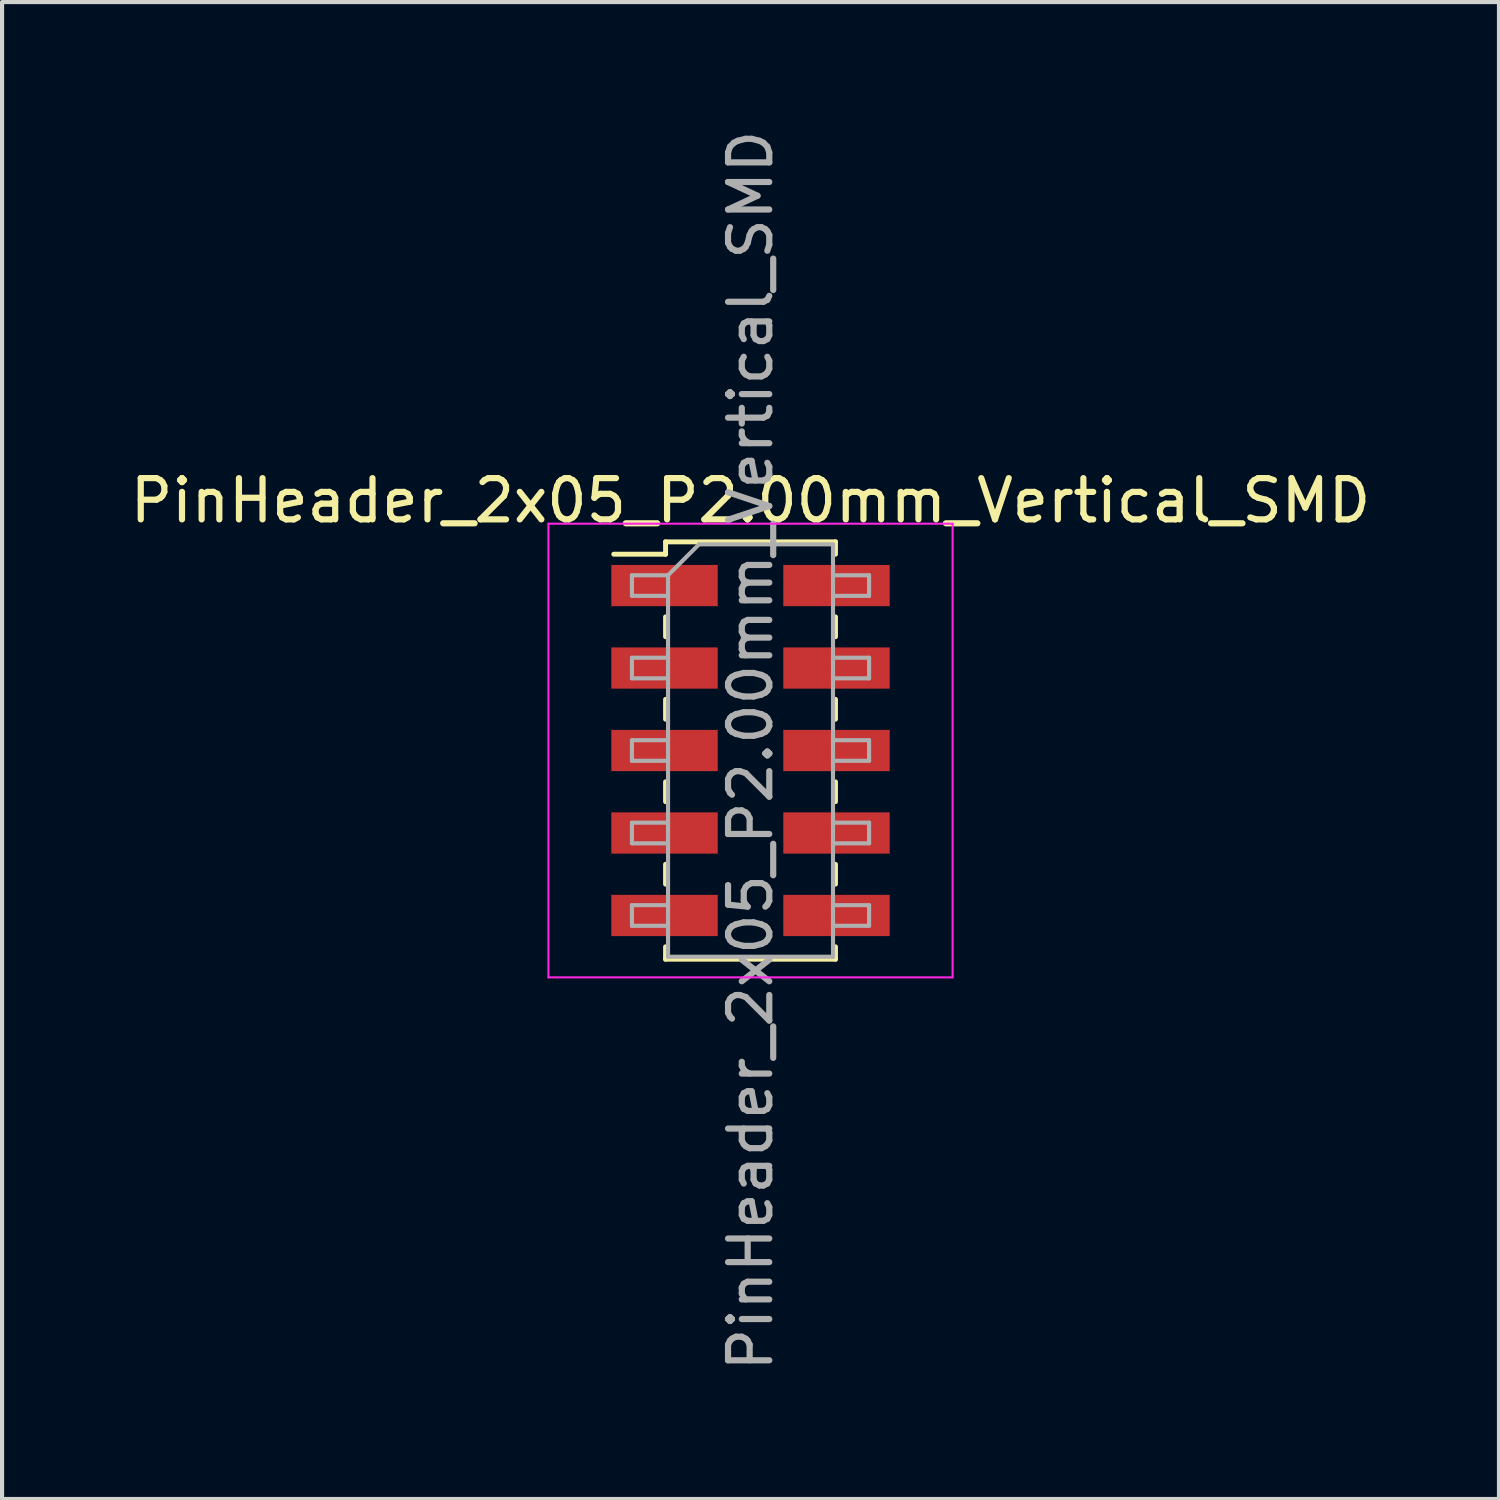
<source format=kicad_pcb>
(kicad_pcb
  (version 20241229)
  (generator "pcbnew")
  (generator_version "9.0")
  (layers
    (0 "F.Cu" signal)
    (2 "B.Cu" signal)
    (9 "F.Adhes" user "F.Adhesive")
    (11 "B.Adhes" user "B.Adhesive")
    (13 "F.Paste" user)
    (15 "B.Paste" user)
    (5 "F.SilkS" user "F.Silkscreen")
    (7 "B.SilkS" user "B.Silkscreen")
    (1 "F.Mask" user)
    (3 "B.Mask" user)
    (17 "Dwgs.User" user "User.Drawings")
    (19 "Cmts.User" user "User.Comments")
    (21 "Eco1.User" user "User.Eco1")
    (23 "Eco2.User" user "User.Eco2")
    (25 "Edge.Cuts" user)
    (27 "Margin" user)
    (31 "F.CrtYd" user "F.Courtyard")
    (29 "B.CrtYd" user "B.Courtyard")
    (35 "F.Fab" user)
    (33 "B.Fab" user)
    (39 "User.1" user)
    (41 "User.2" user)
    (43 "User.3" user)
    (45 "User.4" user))
  (footprint "PinHeader_2x05_P2.00mm_Vertical_SMD"
    (layer "F.Cu")
    (at 15.149 15.149)
    (property "Reference" "PinHeader_2x05_P2.00mm_Vertical_SMD" (at 0 -6.06 0) (layer "F.SilkS") (effects (font (size 1 1) (thickness 0.15))))
    (attr smd)
    (fp_line (start -3.315 -4.76) (end -2.06 -4.76) (stroke (width 0.12) (type solid)) (layer "F.SilkS"))
    (fp_line (start -2.06 -5.06) (end -2.06 -4.76) (stroke (width 0.12) (type solid)) (layer "F.SilkS"))
    (fp_line (start -2.06 -5.06) (end 2.06 -5.06) (stroke (width 0.12) (type solid)) (layer "F.SilkS"))
    (fp_line (start -2.06 -3.24) (end -2.06 -2.76) (stroke (width 0.12) (type solid)) (layer "F.SilkS"))
    (fp_line (start -2.06 -1.24) (end -2.06 -0.76) (stroke (width 0.12) (type solid)) (layer "F.SilkS"))
    (fp_line (start -2.06 0.76) (end -2.06 1.24) (stroke (width 0.12) (type solid)) (layer "F.SilkS"))
    (fp_line (start -2.06 2.76) (end -2.06 3.24) (stroke (width 0.12) (type solid)) (layer "F.SilkS"))
    (fp_line (start -2.06 4.76) (end -2.06 5.06) (stroke (width 0.12) (type solid)) (layer "F.SilkS"))
    (fp_line (start -2.06 5.06) (end 2.06 5.06) (stroke (width 0.12) (type solid)) (layer "F.SilkS"))
    (fp_line (start 2.06 -5.06) (end 2.06 -4.76) (stroke (width 0.12) (type solid)) (layer "F.SilkS"))
    (fp_line (start 2.06 -3.24) (end 2.06 -2.76) (stroke (width 0.12) (type solid)) (layer "F.SilkS"))
    (fp_line (start 2.06 -1.24) (end 2.06 -0.76) (stroke (width 0.12) (type solid)) (layer "F.SilkS"))
    (fp_line (start 2.06 0.76) (end 2.06 1.24) (stroke (width 0.12) (type solid)) (layer "F.SilkS"))
    (fp_line (start 2.06 2.76) (end 2.06 3.24) (stroke (width 0.12) (type solid)) (layer "F.SilkS"))
    (fp_line (start 2.06 4.76) (end 2.06 5.06) (stroke (width 0.12) (type solid)) (layer "F.SilkS"))
    (fp_line (start -4.9 -5.5) (end -4.9 5.5) (stroke (width 0.05) (type solid)) (layer "F.CrtYd"))
    (fp_line (start -4.9 5.5) (end 4.9 5.5) (stroke (width 0.05) (type solid)) (layer "F.CrtYd"))
    (fp_line (start 4.9 -5.5) (end -4.9 -5.5) (stroke (width 0.05) (type solid)) (layer "F.CrtYd"))
    (fp_line (start 4.9 5.5) (end 4.9 -5.5) (stroke (width 0.05) (type solid)) (layer "F.CrtYd"))
    (fp_line (start -2.875 -4.25) (end -2.875 -3.75) (stroke (width 0.1) (type solid)) (layer "F.Fab"))
    (fp_line (start -2.875 -3.75) (end -2 -3.75) (stroke (width 0.1) (type solid)) (layer "F.Fab"))
    (fp_line (start -2.875 -2.25) (end -2.875 -1.75) (stroke (width 0.1) (type solid)) (layer "F.Fab"))
    (fp_line (start -2.875 -1.75) (end -2 -1.75) (stroke (width 0.1) (type solid)) (layer "F.Fab"))
    (fp_line (start -2.875 -0.25) (end -2.875 0.25) (stroke (width 0.1) (type solid)) (layer "F.Fab"))
    (fp_line (start -2.875 0.25) (end -2 0.25) (stroke (width 0.1) (type solid)) (layer "F.Fab"))
    (fp_line (start -2.875 1.75) (end -2.875 2.25) (stroke (width 0.1) (type solid)) (layer "F.Fab"))
    (fp_line (start -2.875 2.25) (end -2 2.25) (stroke (width 0.1) (type solid)) (layer "F.Fab"))
    (fp_line (start -2.875 3.75) (end -2.875 4.25) (stroke (width 0.1) (type solid)) (layer "F.Fab"))
    (fp_line (start -2.875 4.25) (end -2 4.25) (stroke (width 0.1) (type solid)) (layer "F.Fab"))
    (fp_line (start -2 -4.25) (end -2.875 -4.25) (stroke (width 0.1) (type solid)) (layer "F.Fab"))
    (fp_line (start -2 -4.25) (end -1.25 -5) (stroke (width 0.1) (type solid)) (layer "F.Fab"))
    (fp_line (start -2 -2.25) (end -2.875 -2.25) (stroke (width 0.1) (type solid)) (layer "F.Fab"))
    (fp_line (start -2 -0.25) (end -2.875 -0.25) (stroke (width 0.1) (type solid)) (layer "F.Fab"))
    (fp_line (start -2 1.75) (end -2.875 1.75) (stroke (width 0.1) (type solid)) (layer "F.Fab"))
    (fp_line (start -2 3.75) (end -2.875 3.75) (stroke (width 0.1) (type solid)) (layer "F.Fab"))
    (fp_line (start -2 5) (end -2 -4.25) (stroke (width 0.1) (type solid)) (layer "F.Fab"))
    (fp_line (start -1.25 -5) (end 2 -5) (stroke (width 0.1) (type solid)) (layer "F.Fab"))
    (fp_line (start 2 -5) (end 2 5) (stroke (width 0.1) (type solid)) (layer "F.Fab"))
    (fp_line (start 2 -4.25) (end 2.875 -4.25) (stroke (width 0.1) (type solid)) (layer "F.Fab"))
    (fp_line (start 2 -2.25) (end 2.875 -2.25) (stroke (width 0.1) (type solid)) (layer "F.Fab"))
    (fp_line (start 2 -0.25) (end 2.875 -0.25) (stroke (width 0.1) (type solid)) (layer "F.Fab"))
    (fp_line (start 2 1.75) (end 2.875 1.75) (stroke (width 0.1) (type solid)) (layer "F.Fab"))
    (fp_line (start 2 3.75) (end 2.875 3.75) (stroke (width 0.1) (type solid)) (layer "F.Fab"))
    (fp_line (start 2 5) (end -2 5) (stroke (width 0.1) (type solid)) (layer "F.Fab"))
    (fp_line (start 2.875 -4.25) (end 2.875 -3.75) (stroke (width 0.1) (type solid)) (layer "F.Fab"))
    (fp_line (start 2.875 -3.75) (end 2 -3.75) (stroke (width 0.1) (type solid)) (layer "F.Fab"))
    (fp_line (start 2.875 -2.25) (end 2.875 -1.75) (stroke (width 0.1) (type solid)) (layer "F.Fab"))
    (fp_line (start 2.875 -1.75) (end 2 -1.75) (stroke (width 0.1) (type solid)) (layer "F.Fab"))
    (fp_line (start 2.875 -0.25) (end 2.875 0.25) (stroke (width 0.1) (type solid)) (layer "F.Fab"))
    (fp_line (start 2.875 0.25) (end 2 0.25) (stroke (width 0.1) (type solid)) (layer "F.Fab"))
    (fp_line (start 2.875 1.75) (end 2.875 2.25) (stroke (width 0.1) (type solid)) (layer "F.Fab"))
    (fp_line (start 2.875 2.25) (end 2 2.25) (stroke (width 0.1) (type solid)) (layer "F.Fab"))
    (fp_line (start 2.875 3.75) (end 2.875 4.25) (stroke (width 0.1) (type solid)) (layer "F.Fab"))
    (fp_line (start 2.875 4.25) (end 2 4.25) (stroke (width 0.1) (type solid)) (layer "F.Fab"))
    (fp_text user "${REFERENCE}" (at 0 0 90) (layer "F.Fab") (effects (font (size 1 1) (thickness 0.15))))
    (pad "1" smd rect (at -2.085 -4) (size 2.58 1) (layers "F.Cu" "F.Mask" "F.Paste"))
    (pad "2" smd rect (at 2.085 -4) (size 2.58 1) (layers "F.Cu" "F.Mask" "F.Paste"))
    (pad "3" smd rect (at -2.085 -2) (size 2.58 1) (layers "F.Cu" "F.Mask" "F.Paste"))
    (pad "4" smd rect (at 2.085 -2) (size 2.58 1) (layers "F.Cu" "F.Mask" "F.Paste"))
    (pad "5" smd rect (at -2.085 0) (size 2.58 1) (layers "F.Cu" "F.Mask" "F.Paste"))
    (pad "6" smd rect (at 2.085 0) (size 2.58 1) (layers "F.Cu" "F.Mask" "F.Paste"))
    (pad "7" smd rect (at -2.085 2) (size 2.58 1) (layers "F.Cu" "F.Mask" "F.Paste"))
    (pad "8" smd rect (at 2.085 2) (size 2.58 1) (layers "F.Cu" "F.Mask" "F.Paste"))
    (pad "9" smd rect (at -2.085 4) (size 2.58 1) (layers "F.Cu" "F.Mask" "F.Paste"))
    (pad "10" smd rect (at 2.085 4) (size 2.58 1) (layers "F.Cu" "F.Mask" "F.Paste")))
  (gr_rect
    (start -3 -3)
    (end 33.298 33.298)
    (stroke (width 0.1) (type default))
    (fill no)
    (layer "Edge.Cuts")))
</source>
